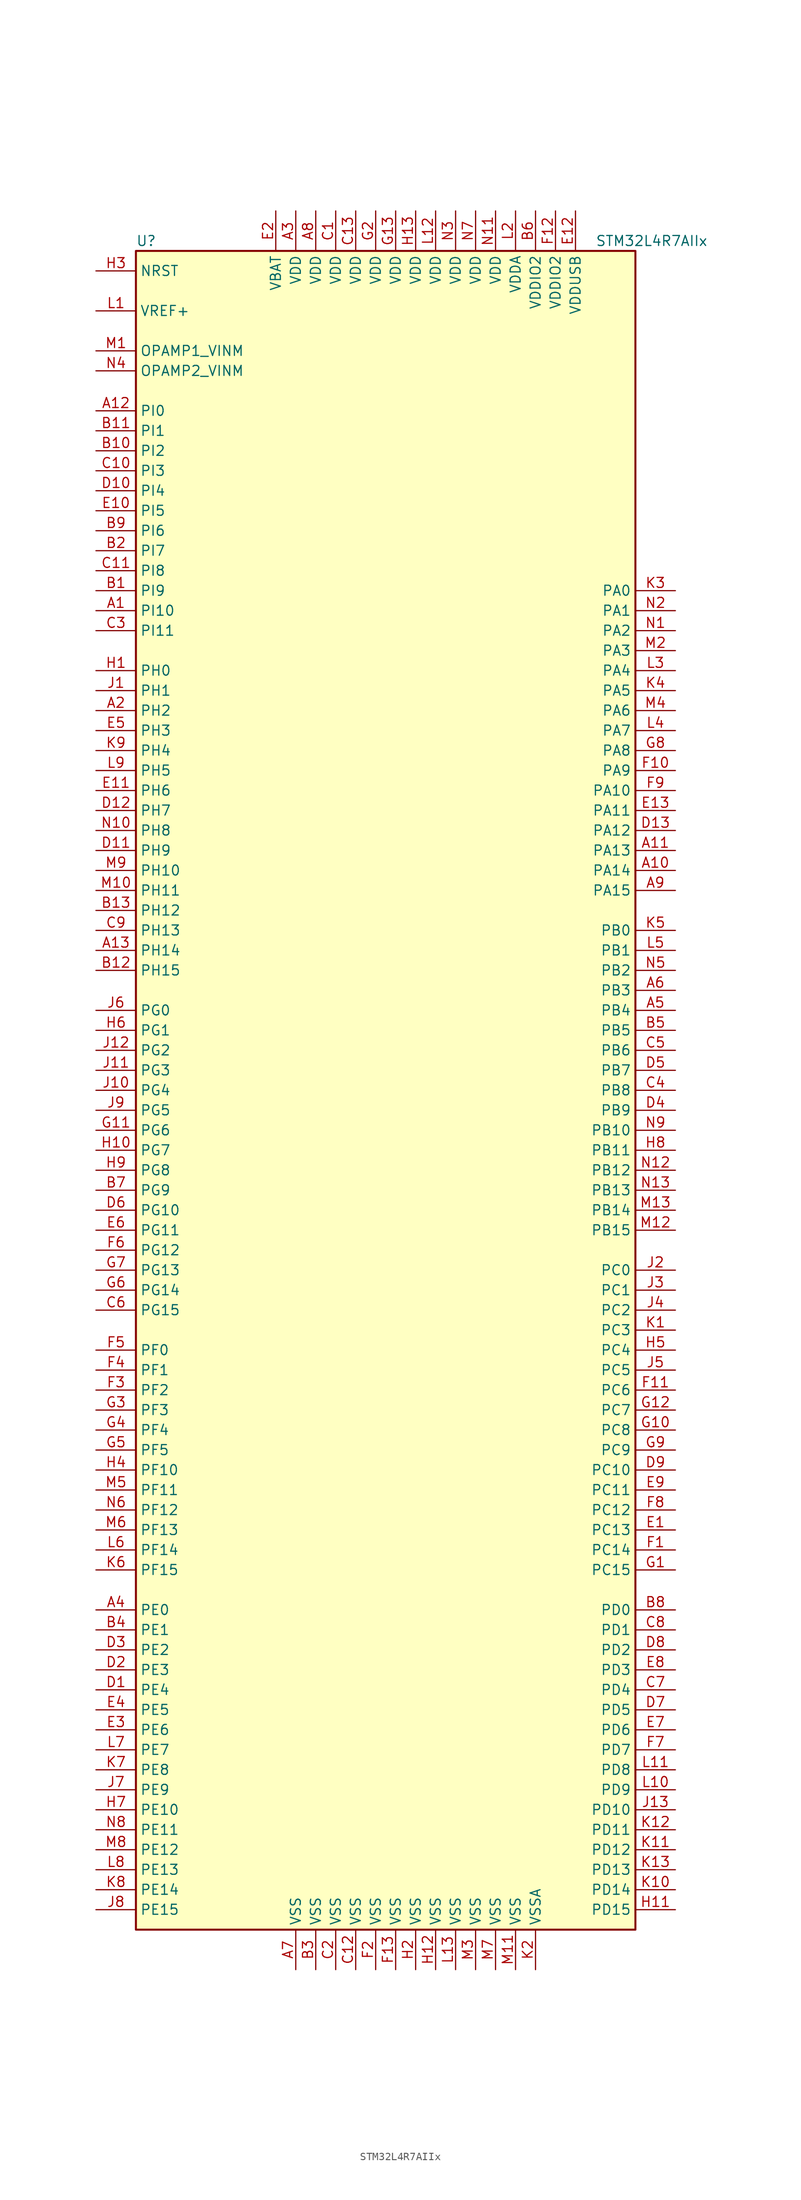
<source format=kicad_sym>
(kicad_symbol_lib
  (version 20201005)
  (generator kicad_symbol_editor)
  (symbol "STM32L4R7AIIx"
    (property "Reference" "U"
      (at -33.02 107.95 0)
      (effects (font (size 1.27 1.27)) (justify left)))
    (property "Value" "STM32L4R7AIIx"
      (at 25.4 107.95 0)
      (effects (font (size 1.27 1.27)) (justify left)))
    (symbol "STM32L4R7AIIx_0_1"
      (rectangle (start -33.02 -106.68) (end 30.48 106.68) (stroke (width 0.254)) (fill (type background))))
    (symbol "STM32L4R7AIIx_1_1"
      (pin bidirectional line (at -38.1 60.96 0) (length 5.08) (name "PI10" (effects (font (size 1.27 1.27)))) (number "A1" (effects (font (size 1.27 1.27)))))
      (pin bidirectional line (at 35.56 27.94 180) (length 5.08) (name "PA14" (effects (font (size 1.27 1.27)))) (number "A10" (effects (font (size 1.27 1.27)))))
      (pin bidirectional line (at 35.56 30.48 180) (length 5.08) (name "PA13" (effects (font (size 1.27 1.27)))) (number "A11" (effects (font (size 1.27 1.27)))))
      (pin bidirectional line (at -38.1 86.36 0) (length 5.08) (name "PI0" (effects (font (size 1.27 1.27)))) (number "A12" (effects (font (size 1.27 1.27)))))
      (pin bidirectional line (at -38.1 17.78 0) (length 5.08) (name "PH14" (effects (font (size 1.27 1.27)))) (number "A13" (effects (font (size 1.27 1.27)))))
      (pin bidirectional line (at -38.1 48.26 0) (length 5.08) (name "PH2" (effects (font (size 1.27 1.27)))) (number "A2" (effects (font (size 1.27 1.27)))))
      (pin power_in line (at -12.7 111.76 270) (length 5.08) (name "VDD" (effects (font (size 1.27 1.27)))) (number "A3" (effects (font (size 1.27 1.27)))))
      (pin bidirectional line (at -38.1 -66.04 0) (length 5.08) (name "PE0" (effects (font (size 1.27 1.27)))) (number "A4" (effects (font (size 1.27 1.27)))))
      (pin bidirectional line (at 35.56 10.16 180) (length 5.08) (name "PB4" (effects (font (size 1.27 1.27)))) (number "A5" (effects (font (size 1.27 1.27)))))
      (pin bidirectional line (at 35.56 12.7 180) (length 5.08) (name "PB3" (effects (font (size 1.27 1.27)))) (number "A6" (effects (font (size 1.27 1.27)))))
      (pin power_in line (at -12.7 -111.76 90) (length 5.08) (name "VSS" (effects (font (size 1.27 1.27)))) (number "A7" (effects (font (size 1.27 1.27)))))
      (pin power_in line (at -10.16 111.76 270) (length 5.08) (name "VDD" (effects (font (size 1.27 1.27)))) (number "A8" (effects (font (size 1.27 1.27)))))
      (pin bidirectional line (at 35.56 25.4 180) (length 5.08) (name "PA15" (effects (font (size 1.27 1.27)))) (number "A9" (effects (font (size 1.27 1.27)))))
      (pin bidirectional line (at -38.1 63.5 0) (length 5.08) (name "PI9" (effects (font (size 1.27 1.27)))) (number "B1" (effects (font (size 1.27 1.27)))))
      (pin bidirectional line (at -38.1 81.28 0) (length 5.08) (name "PI2" (effects (font (size 1.27 1.27)))) (number "B10" (effects (font (size 1.27 1.27)))))
      (pin bidirectional line (at -38.1 83.82 0) (length 5.08) (name "PI1" (effects (font (size 1.27 1.27)))) (number "B11" (effects (font (size 1.27 1.27)))))
      (pin bidirectional line (at -38.1 15.24 0) (length 5.08) (name "PH15" (effects (font (size 1.27 1.27)))) (number "B12" (effects (font (size 1.27 1.27)))))
      (pin bidirectional line (at -38.1 22.86 0) (length 5.08) (name "PH12" (effects (font (size 1.27 1.27)))) (number "B13" (effects (font (size 1.27 1.27)))))
      (pin bidirectional line (at -38.1 68.58 0) (length 5.08) (name "PI7" (effects (font (size 1.27 1.27)))) (number "B2" (effects (font (size 1.27 1.27)))))
      (pin power_in line (at -10.16 -111.76 90) (length 5.08) (name "VSS" (effects (font (size 1.27 1.27)))) (number "B3" (effects (font (size 1.27 1.27)))))
      (pin bidirectional line (at -38.1 -68.58 0) (length 5.08) (name "PE1" (effects (font (size 1.27 1.27)))) (number "B4" (effects (font (size 1.27 1.27)))))
      (pin bidirectional line (at 35.56 7.62 180) (length 5.08) (name "PB5" (effects (font (size 1.27 1.27)))) (number "B5" (effects (font (size 1.27 1.27)))))
      (pin power_in line (at 17.78 111.76 270) (length 5.08) (name "VDDIO2" (effects (font (size 1.27 1.27)))) (number "B6" (effects (font (size 1.27 1.27)))))
      (pin bidirectional line (at -38.1 -12.7 0) (length 5.08) (name "PG9" (effects (font (size 1.27 1.27)))) (number "B7" (effects (font (size 1.27 1.27)))))
      (pin bidirectional line (at 35.56 -66.04 180) (length 5.08) (name "PD0" (effects (font (size 1.27 1.27)))) (number "B8" (effects (font (size 1.27 1.27)))))
      (pin bidirectional line (at -38.1 71.12 0) (length 5.08) (name "PI6" (effects (font (size 1.27 1.27)))) (number "B9" (effects (font (size 1.27 1.27)))))
      (pin power_in line (at -7.62 111.76 270) (length 5.08) (name "VDD" (effects (font (size 1.27 1.27)))) (number "C1" (effects (font (size 1.27 1.27)))))
      (pin bidirectional line (at -38.1 78.74 0) (length 5.08) (name "PI3" (effects (font (size 1.27 1.27)))) (number "C10" (effects (font (size 1.27 1.27)))))
      (pin bidirectional line (at -38.1 66.04 0) (length 5.08) (name "PI8" (effects (font (size 1.27 1.27)))) (number "C11" (effects (font (size 1.27 1.27)))))
      (pin power_in line (at -5.08 -111.76 90) (length 5.08) (name "VSS" (effects (font (size 1.27 1.27)))) (number "C12" (effects (font (size 1.27 1.27)))))
      (pin power_in line (at -5.08 111.76 270) (length 5.08) (name "VDD" (effects (font (size 1.27 1.27)))) (number "C13" (effects (font (size 1.27 1.27)))))
      (pin power_in line (at -7.62 -111.76 90) (length 5.08) (name "VSS" (effects (font (size 1.27 1.27)))) (number "C2" (effects (font (size 1.27 1.27)))))
      (pin bidirectional line (at -38.1 58.42 0) (length 5.08) (name "PI11" (effects (font (size 1.27 1.27)))) (number "C3" (effects (font (size 1.27 1.27)))))
      (pin bidirectional line (at 35.56 0 180) (length 5.08) (name "PB8" (effects (font (size 1.27 1.27)))) (number "C4" (effects (font (size 1.27 1.27)))))
      (pin bidirectional line (at 35.56 5.08 180) (length 5.08) (name "PB6" (effects (font (size 1.27 1.27)))) (number "C5" (effects (font (size 1.27 1.27)))))
      (pin bidirectional line (at -38.1 -27.94 0) (length 5.08) (name "PG15" (effects (font (size 1.27 1.27)))) (number "C6" (effects (font (size 1.27 1.27)))))
      (pin bidirectional line (at 35.56 -76.2 180) (length 5.08) (name "PD4" (effects (font (size 1.27 1.27)))) (number "C7" (effects (font (size 1.27 1.27)))))
      (pin bidirectional line (at 35.56 -68.58 180) (length 5.08) (name "PD1" (effects (font (size 1.27 1.27)))) (number "C8" (effects (font (size 1.27 1.27)))))
      (pin bidirectional line (at -38.1 20.32 0) (length 5.08) (name "PH13" (effects (font (size 1.27 1.27)))) (number "C9" (effects (font (size 1.27 1.27)))))
      (pin bidirectional line (at -38.1 -76.2 0) (length 5.08) (name "PE4" (effects (font (size 1.27 1.27)))) (number "D1" (effects (font (size 1.27 1.27)))))
      (pin bidirectional line (at -38.1 76.2 0) (length 5.08) (name "PI4" (effects (font (size 1.27 1.27)))) (number "D10" (effects (font (size 1.27 1.27)))))
      (pin bidirectional line (at -38.1 30.48 0) (length 5.08) (name "PH9" (effects (font (size 1.27 1.27)))) (number "D11" (effects (font (size 1.27 1.27)))))
      (pin bidirectional line (at -38.1 35.56 0) (length 5.08) (name "PH7" (effects (font (size 1.27 1.27)))) (number "D12" (effects (font (size 1.27 1.27)))))
      (pin bidirectional line (at 35.56 33.02 180) (length 5.08) (name "PA12" (effects (font (size 1.27 1.27)))) (number "D13" (effects (font (size 1.27 1.27)))))
      (pin bidirectional line (at -38.1 -73.66 0) (length 5.08) (name "PE3" (effects (font (size 1.27 1.27)))) (number "D2" (effects (font (size 1.27 1.27)))))
      (pin bidirectional line (at -38.1 -71.12 0) (length 5.08) (name "PE2" (effects (font (size 1.27 1.27)))) (number "D3" (effects (font (size 1.27 1.27)))))
      (pin bidirectional line (at 35.56 -2.54 180) (length 5.08) (name "PB9" (effects (font (size 1.27 1.27)))) (number "D4" (effects (font (size 1.27 1.27)))))
      (pin bidirectional line (at 35.56 2.54 180) (length 5.08) (name "PB7" (effects (font (size 1.27 1.27)))) (number "D5" (effects (font (size 1.27 1.27)))))
      (pin bidirectional line (at -38.1 -15.24 0) (length 5.08) (name "PG10" (effects (font (size 1.27 1.27)))) (number "D6" (effects (font (size 1.27 1.27)))))
      (pin bidirectional line (at 35.56 -78.74 180) (length 5.08) (name "PD5" (effects (font (size 1.27 1.27)))) (number "D7" (effects (font (size 1.27 1.27)))))
      (pin bidirectional line (at 35.56 -71.12 180) (length 5.08) (name "PD2" (effects (font (size 1.27 1.27)))) (number "D8" (effects (font (size 1.27 1.27)))))
      (pin bidirectional line (at 35.56 -48.26 180) (length 5.08) (name "PC10" (effects (font (size 1.27 1.27)))) (number "D9" (effects (font (size 1.27 1.27)))))
      (pin bidirectional line (at 35.56 -55.88 180) (length 5.08) (name "PC13" (effects (font (size 1.27 1.27)))) (number "E1" (effects (font (size 1.27 1.27)))))
      (pin bidirectional line (at -38.1 73.66 0) (length 5.08) (name "PI5" (effects (font (size 1.27 1.27)))) (number "E10" (effects (font (size 1.27 1.27)))))
      (pin bidirectional line (at -38.1 38.1 0) (length 5.08) (name "PH6" (effects (font (size 1.27 1.27)))) (number "E11" (effects (font (size 1.27 1.27)))))
      (pin power_in line (at 22.86 111.76 270) (length 5.08) (name "VDDUSB" (effects (font (size 1.27 1.27)))) (number "E12" (effects (font (size 1.27 1.27)))))
      (pin bidirectional line (at 35.56 35.56 180) (length 5.08) (name "PA11" (effects (font (size 1.27 1.27)))) (number "E13" (effects (font (size 1.27 1.27)))))
      (pin power_in line (at -15.24 111.76 270) (length 5.08) (name "VBAT" (effects (font (size 1.27 1.27)))) (number "E2" (effects (font (size 1.27 1.27)))))
      (pin bidirectional line (at -38.1 -81.28 0) (length 5.08) (name "PE6" (effects (font (size 1.27 1.27)))) (number "E3" (effects (font (size 1.27 1.27)))))
      (pin bidirectional line (at -38.1 -78.74 0) (length 5.08) (name "PE5" (effects (font (size 1.27 1.27)))) (number "E4" (effects (font (size 1.27 1.27)))))
      (pin bidirectional line (at -38.1 45.72 0) (length 5.08) (name "PH3" (effects (font (size 1.27 1.27)))) (number "E5" (effects (font (size 1.27 1.27)))))
      (pin bidirectional line (at -38.1 -17.78 0) (length 5.08) (name "PG11" (effects (font (size 1.27 1.27)))) (number "E6" (effects (font (size 1.27 1.27)))))
      (pin bidirectional line (at 35.56 -81.28 180) (length 5.08) (name "PD6" (effects (font (size 1.27 1.27)))) (number "E7" (effects (font (size 1.27 1.27)))))
      (pin bidirectional line (at 35.56 -73.66 180) (length 5.08) (name "PD3" (effects (font (size 1.27 1.27)))) (number "E8" (effects (font (size 1.27 1.27)))))
      (pin bidirectional line (at 35.56 -50.8 180) (length 5.08) (name "PC11" (effects (font (size 1.27 1.27)))) (number "E9" (effects (font (size 1.27 1.27)))))
      (pin bidirectional line (at 35.56 -58.42 180) (length 5.08) (name "PC14" (effects (font (size 1.27 1.27)))) (number "F1" (effects (font (size 1.27 1.27)))))
      (pin bidirectional line (at 35.56 40.64 180) (length 5.08) (name "PA9" (effects (font (size 1.27 1.27)))) (number "F10" (effects (font (size 1.27 1.27)))))
      (pin bidirectional line (at 35.56 -38.1 180) (length 5.08) (name "PC6" (effects (font (size 1.27 1.27)))) (number "F11" (effects (font (size 1.27 1.27)))))
      (pin power_in line (at 20.32 111.76 270) (length 5.08) (name "VDDIO2" (effects (font (size 1.27 1.27)))) (number "F12" (effects (font (size 1.27 1.27)))))
      (pin power_in line (at 0 -111.76 90) (length 5.08) (name "VSS" (effects (font (size 1.27 1.27)))) (number "F13" (effects (font (size 1.27 1.27)))))
      (pin power_in line (at -2.54 -111.76 90) (length 5.08) (name "VSS" (effects (font (size 1.27 1.27)))) (number "F2" (effects (font (size 1.27 1.27)))))
      (pin bidirectional line (at -38.1 -38.1 0) (length 5.08) (name "PF2" (effects (font (size 1.27 1.27)))) (number "F3" (effects (font (size 1.27 1.27)))))
      (pin bidirectional line (at -38.1 -35.56 0) (length 5.08) (name "PF1" (effects (font (size 1.27 1.27)))) (number "F4" (effects (font (size 1.27 1.27)))))
      (pin bidirectional line (at -38.1 -33.02 0) (length 5.08) (name "PF0" (effects (font (size 1.27 1.27)))) (number "F5" (effects (font (size 1.27 1.27)))))
      (pin bidirectional line (at -38.1 -20.32 0) (length 5.08) (name "PG12" (effects (font (size 1.27 1.27)))) (number "F6" (effects (font (size 1.27 1.27)))))
      (pin bidirectional line (at 35.56 -83.82 180) (length 5.08) (name "PD7" (effects (font (size 1.27 1.27)))) (number "F7" (effects (font (size 1.27 1.27)))))
      (pin bidirectional line (at 35.56 -53.34 180) (length 5.08) (name "PC12" (effects (font (size 1.27 1.27)))) (number "F8" (effects (font (size 1.27 1.27)))))
      (pin bidirectional line (at 35.56 38.1 180) (length 5.08) (name "PA10" (effects (font (size 1.27 1.27)))) (number "F9" (effects (font (size 1.27 1.27)))))
      (pin bidirectional line (at 35.56 -60.96 180) (length 5.08) (name "PC15" (effects (font (size 1.27 1.27)))) (number "G1" (effects (font (size 1.27 1.27)))))
      (pin bidirectional line (at 35.56 -43.18 180) (length 5.08) (name "PC8" (effects (font (size 1.27 1.27)))) (number "G10" (effects (font (size 1.27 1.27)))))
      (pin bidirectional line (at -38.1 -5.08 0) (length 5.08) (name "PG6" (effects (font (size 1.27 1.27)))) (number "G11" (effects (font (size 1.27 1.27)))))
      (pin bidirectional line (at 35.56 -40.64 180) (length 5.08) (name "PC7" (effects (font (size 1.27 1.27)))) (number "G12" (effects (font (size 1.27 1.27)))))
      (pin power_in line (at 0 111.76 270) (length 5.08) (name "VDD" (effects (font (size 1.27 1.27)))) (number "G13" (effects (font (size 1.27 1.27)))))
      (pin power_in line (at -2.54 111.76 270) (length 5.08) (name "VDD" (effects (font (size 1.27 1.27)))) (number "G2" (effects (font (size 1.27 1.27)))))
      (pin bidirectional line (at -38.1 -40.64 0) (length 5.08) (name "PF3" (effects (font (size 1.27 1.27)))) (number "G3" (effects (font (size 1.27 1.27)))))
      (pin bidirectional line (at -38.1 -43.18 0) (length 5.08) (name "PF4" (effects (font (size 1.27 1.27)))) (number "G4" (effects (font (size 1.27 1.27)))))
      (pin bidirectional line (at -38.1 -45.72 0) (length 5.08) (name "PF5" (effects (font (size 1.27 1.27)))) (number "G5" (effects (font (size 1.27 1.27)))))
      (pin bidirectional line (at -38.1 -25.4 0) (length 5.08) (name "PG14" (effects (font (size 1.27 1.27)))) (number "G6" (effects (font (size 1.27 1.27)))))
      (pin bidirectional line (at -38.1 -22.86 0) (length 5.08) (name "PG13" (effects (font (size 1.27 1.27)))) (number "G7" (effects (font (size 1.27 1.27)))))
      (pin bidirectional line (at 35.56 43.18 180) (length 5.08) (name "PA8" (effects (font (size 1.27 1.27)))) (number "G8" (effects (font (size 1.27 1.27)))))
      (pin bidirectional line (at 35.56 -45.72 180) (length 5.08) (name "PC9" (effects (font (size 1.27 1.27)))) (number "G9" (effects (font (size 1.27 1.27)))))
      (pin input line (at -38.1 53.34 0) (length 5.08) (name "PH0" (effects (font (size 1.27 1.27)))) (number "H1" (effects (font (size 1.27 1.27)))))
      (pin bidirectional line (at -38.1 -7.62 0) (length 5.08) (name "PG7" (effects (font (size 1.27 1.27)))) (number "H10" (effects (font (size 1.27 1.27)))))
      (pin bidirectional line (at 35.56 -104.14 180) (length 5.08) (name "PD15" (effects (font (size 1.27 1.27)))) (number "H11" (effects (font (size 1.27 1.27)))))
      (pin power_in line (at 5.08 -111.76 90) (length 5.08) (name "VSS" (effects (font (size 1.27 1.27)))) (number "H12" (effects (font (size 1.27 1.27)))))
      (pin power_in line (at 2.54 111.76 270) (length 5.08) (name "VDD" (effects (font (size 1.27 1.27)))) (number "H13" (effects (font (size 1.27 1.27)))))
      (pin power_in line (at 2.54 -111.76 90) (length 5.08) (name "VSS" (effects (font (size 1.27 1.27)))) (number "H2" (effects (font (size 1.27 1.27)))))
      (pin input line (at -38.1 104.14 0) (length 5.08) (name "NRST" (effects (font (size 1.27 1.27)))) (number "H3" (effects (font (size 1.27 1.27)))))
      (pin bidirectional line (at -38.1 -48.26 0) (length 5.08) (name "PF10" (effects (font (size 1.27 1.27)))) (number "H4" (effects (font (size 1.27 1.27)))))
      (pin bidirectional line (at 35.56 -33.02 180) (length 5.08) (name "PC4" (effects (font (size 1.27 1.27)))) (number "H5" (effects (font (size 1.27 1.27)))))
      (pin bidirectional line (at -38.1 7.62 0) (length 5.08) (name "PG1" (effects (font (size 1.27 1.27)))) (number "H6" (effects (font (size 1.27 1.27)))))
      (pin bidirectional line (at -38.1 -91.44 0) (length 5.08) (name "PE10" (effects (font (size 1.27 1.27)))) (number "H7" (effects (font (size 1.27 1.27)))))
      (pin bidirectional line (at 35.56 -7.62 180) (length 5.08) (name "PB11" (effects (font (size 1.27 1.27)))) (number "H8" (effects (font (size 1.27 1.27)))))
      (pin bidirectional line (at -38.1 -10.16 0) (length 5.08) (name "PG8" (effects (font (size 1.27 1.27)))) (number "H9" (effects (font (size 1.27 1.27)))))
      (pin input line (at -38.1 50.8 0) (length 5.08) (name "PH1" (effects (font (size 1.27 1.27)))) (number "J1" (effects (font (size 1.27 1.27)))))
      (pin bidirectional line (at -38.1 0 0) (length 5.08) (name "PG4" (effects (font (size 1.27 1.27)))) (number "J10" (effects (font (size 1.27 1.27)))))
      (pin bidirectional line (at -38.1 2.54 0) (length 5.08) (name "PG3" (effects (font (size 1.27 1.27)))) (number "J11" (effects (font (size 1.27 1.27)))))
      (pin bidirectional line (at -38.1 5.08 0) (length 5.08) (name "PG2" (effects (font (size 1.27 1.27)))) (number "J12" (effects (font (size 1.27 1.27)))))
      (pin bidirectional line (at 35.56 -91.44 180) (length 5.08) (name "PD10" (effects (font (size 1.27 1.27)))) (number "J13" (effects (font (size 1.27 1.27)))))
      (pin bidirectional line (at 35.56 -22.86 180) (length 5.08) (name "PC0" (effects (font (size 1.27 1.27)))) (number "J2" (effects (font (size 1.27 1.27)))))
      (pin bidirectional line (at 35.56 -25.4 180) (length 5.08) (name "PC1" (effects (font (size 1.27 1.27)))) (number "J3" (effects (font (size 1.27 1.27)))))
      (pin bidirectional line (at 35.56 -27.94 180) (length 5.08) (name "PC2" (effects (font (size 1.27 1.27)))) (number "J4" (effects (font (size 1.27 1.27)))))
      (pin bidirectional line (at 35.56 -35.56 180) (length 5.08) (name "PC5" (effects (font (size 1.27 1.27)))) (number "J5" (effects (font (size 1.27 1.27)))))
      (pin bidirectional line (at -38.1 10.16 0) (length 5.08) (name "PG0" (effects (font (size 1.27 1.27)))) (number "J6" (effects (font (size 1.27 1.27)))))
      (pin bidirectional line (at -38.1 -88.9 0) (length 5.08) (name "PE9" (effects (font (size 1.27 1.27)))) (number "J7" (effects (font (size 1.27 1.27)))))
      (pin bidirectional line (at -38.1 -104.14 0) (length 5.08) (name "PE15" (effects (font (size 1.27 1.27)))) (number "J8" (effects (font (size 1.27 1.27)))))
      (pin bidirectional line (at -38.1 -2.54 0) (length 5.08) (name "PG5" (effects (font (size 1.27 1.27)))) (number "J9" (effects (font (size 1.27 1.27)))))
      (pin bidirectional line (at 35.56 -30.48 180) (length 5.08) (name "PC3" (effects (font (size 1.27 1.27)))) (number "K1" (effects (font (size 1.27 1.27)))))
      (pin bidirectional line (at 35.56 -101.6 180) (length 5.08) (name "PD14" (effects (font (size 1.27 1.27)))) (number "K10" (effects (font (size 1.27 1.27)))))
      (pin bidirectional line (at 35.56 -96.52 180) (length 5.08) (name "PD12" (effects (font (size 1.27 1.27)))) (number "K11" (effects (font (size 1.27 1.27)))))
      (pin bidirectional line (at 35.56 -93.98 180) (length 5.08) (name "PD11" (effects (font (size 1.27 1.27)))) (number "K12" (effects (font (size 1.27 1.27)))))
      (pin bidirectional line (at 35.56 -99.06 180) (length 5.08) (name "PD13" (effects (font (size 1.27 1.27)))) (number "K13" (effects (font (size 1.27 1.27)))))
      (pin power_in line (at 17.78 -111.76 90) (length 5.08) (name "VSSA" (effects (font (size 1.27 1.27)))) (number "K2" (effects (font (size 1.27 1.27)))))
      (pin bidirectional line (at 35.56 63.5 180) (length 5.08) (name "PA0" (effects (font (size 1.27 1.27)))) (number "K3" (effects (font (size 1.27 1.27)))))
      (pin bidirectional line (at 35.56 50.8 180) (length 5.08) (name "PA5" (effects (font (size 1.27 1.27)))) (number "K4" (effects (font (size 1.27 1.27)))))
      (pin bidirectional line (at 35.56 20.32 180) (length 5.08) (name "PB0" (effects (font (size 1.27 1.27)))) (number "K5" (effects (font (size 1.27 1.27)))))
      (pin bidirectional line (at -38.1 -60.96 0) (length 5.08) (name "PF15" (effects (font (size 1.27 1.27)))) (number "K6" (effects (font (size 1.27 1.27)))))
      (pin bidirectional line (at -38.1 -86.36 0) (length 5.08) (name "PE8" (effects (font (size 1.27 1.27)))) (number "K7" (effects (font (size 1.27 1.27)))))
      (pin bidirectional line (at -38.1 -101.6 0) (length 5.08) (name "PE14" (effects (font (size 1.27 1.27)))) (number "K8" (effects (font (size 1.27 1.27)))))
      (pin bidirectional line (at -38.1 43.18 0) (length 5.08) (name "PH4" (effects (font (size 1.27 1.27)))) (number "K9" (effects (font (size 1.27 1.27)))))
      (pin bidirectional line (at -38.1 99.06 0) (length 5.08) (name "VREF+" (effects (font (size 1.27 1.27)))) (number "L1" (effects (font (size 1.27 1.27)))))
      (pin bidirectional line (at 35.56 -88.9 180) (length 5.08) (name "PD9" (effects (font (size 1.27 1.27)))) (number "L10" (effects (font (size 1.27 1.27)))))
      (pin bidirectional line (at 35.56 -86.36 180) (length 5.08) (name "PD8" (effects (font (size 1.27 1.27)))) (number "L11" (effects (font (size 1.27 1.27)))))
      (pin power_in line (at 5.08 111.76 270) (length 5.08) (name "VDD" (effects (font (size 1.27 1.27)))) (number "L12" (effects (font (size 1.27 1.27)))))
      (pin power_in line (at 7.62 -111.76 90) (length 5.08) (name "VSS" (effects (font (size 1.27 1.27)))) (number "L13" (effects (font (size 1.27 1.27)))))
      (pin power_in line (at 15.24 111.76 270) (length 5.08) (name "VDDA" (effects (font (size 1.27 1.27)))) (number "L2" (effects (font (size 1.27 1.27)))))
      (pin bidirectional line (at 35.56 53.34 180) (length 5.08) (name "PA4" (effects (font (size 1.27 1.27)))) (number "L3" (effects (font (size 1.27 1.27)))))
      (pin bidirectional line (at 35.56 45.72 180) (length 5.08) (name "PA7" (effects (font (size 1.27 1.27)))) (number "L4" (effects (font (size 1.27 1.27)))))
      (pin bidirectional line (at 35.56 17.78 180) (length 5.08) (name "PB1" (effects (font (size 1.27 1.27)))) (number "L5" (effects (font (size 1.27 1.27)))))
      (pin bidirectional line (at -38.1 -58.42 0) (length 5.08) (name "PF14" (effects (font (size 1.27 1.27)))) (number "L6" (effects (font (size 1.27 1.27)))))
      (pin bidirectional line (at -38.1 -83.82 0) (length 5.08) (name "PE7" (effects (font (size 1.27 1.27)))) (number "L7" (effects (font (size 1.27 1.27)))))
      (pin bidirectional line (at -38.1 -99.06 0) (length 5.08) (name "PE13" (effects (font (size 1.27 1.27)))) (number "L8" (effects (font (size 1.27 1.27)))))
      (pin bidirectional line (at -38.1 40.64 0) (length 5.08) (name "PH5" (effects (font (size 1.27 1.27)))) (number "L9" (effects (font (size 1.27 1.27)))))
      (pin bidirectional line (at -38.1 93.98 0) (length 5.08) (name "OPAMP1_VINM" (effects (font (size 1.27 1.27)))) (number "M1" (effects (font (size 1.27 1.27)))))
      (pin bidirectional line (at -38.1 25.4 0) (length 5.08) (name "PH11" (effects (font (size 1.27 1.27)))) (number "M10" (effects (font (size 1.27 1.27)))))
      (pin power_in line (at 15.24 -111.76 90) (length 5.08) (name "VSS" (effects (font (size 1.27 1.27)))) (number "M11" (effects (font (size 1.27 1.27)))))
      (pin bidirectional line (at 35.56 -17.78 180) (length 5.08) (name "PB15" (effects (font (size 1.27 1.27)))) (number "M12" (effects (font (size 1.27 1.27)))))
      (pin bidirectional line (at 35.56 -15.24 180) (length 5.08) (name "PB14" (effects (font (size 1.27 1.27)))) (number "M13" (effects (font (size 1.27 1.27)))))
      (pin bidirectional line (at 35.56 55.88 180) (length 5.08) (name "PA3" (effects (font (size 1.27 1.27)))) (number "M2" (effects (font (size 1.27 1.27)))))
      (pin power_in line (at 10.16 -111.76 90) (length 5.08) (name "VSS" (effects (font (size 1.27 1.27)))) (number "M3" (effects (font (size 1.27 1.27)))))
      (pin bidirectional line (at 35.56 48.26 180) (length 5.08) (name "PA6" (effects (font (size 1.27 1.27)))) (number "M4" (effects (font (size 1.27 1.27)))))
      (pin bidirectional line (at -38.1 -50.8 0) (length 5.08) (name "PF11" (effects (font (size 1.27 1.27)))) (number "M5" (effects (font (size 1.27 1.27)))))
      (pin bidirectional line (at -38.1 -55.88 0) (length 5.08) (name "PF13" (effects (font (size 1.27 1.27)))) (number "M6" (effects (font (size 1.27 1.27)))))
      (pin power_in line (at 12.7 -111.76 90) (length 5.08) (name "VSS" (effects (font (size 1.27 1.27)))) (number "M7" (effects (font (size 1.27 1.27)))))
      (pin bidirectional line (at -38.1 -96.52 0) (length 5.08) (name "PE12" (effects (font (size 1.27 1.27)))) (number "M8" (effects (font (size 1.27 1.27)))))
      (pin bidirectional line (at -38.1 27.94 0) (length 5.08) (name "PH10" (effects (font (size 1.27 1.27)))) (number "M9" (effects (font (size 1.27 1.27)))))
      (pin bidirectional line (at 35.56 58.42 180) (length 5.08) (name "PA2" (effects (font (size 1.27 1.27)))) (number "N1" (effects (font (size 1.27 1.27)))))
      (pin bidirectional line (at -38.1 33.02 0) (length 5.08) (name "PH8" (effects (font (size 1.27 1.27)))) (number "N10" (effects (font (size 1.27 1.27)))))
      (pin power_in line (at 12.7 111.76 270) (length 5.08) (name "VDD" (effects (font (size 1.27 1.27)))) (number "N11" (effects (font (size 1.27 1.27)))))
      (pin bidirectional line (at 35.56 -10.16 180) (length 5.08) (name "PB12" (effects (font (size 1.27 1.27)))) (number "N12" (effects (font (size 1.27 1.27)))))
      (pin bidirectional line (at 35.56 -12.7 180) (length 5.08) (name "PB13" (effects (font (size 1.27 1.27)))) (number "N13" (effects (font (size 1.27 1.27)))))
      (pin bidirectional line (at 35.56 60.96 180) (length 5.08) (name "PA1" (effects (font (size 1.27 1.27)))) (number "N2" (effects (font (size 1.27 1.27)))))
      (pin power_in line (at 7.62 111.76 270) (length 5.08) (name "VDD" (effects (font (size 1.27 1.27)))) (number "N3" (effects (font (size 1.27 1.27)))))
      (pin bidirectional line (at -38.1 91.44 0) (length 5.08) (name "OPAMP2_VINM" (effects (font (size 1.27 1.27)))) (number "N4" (effects (font (size 1.27 1.27)))))
      (pin bidirectional line (at 35.56 15.24 180) (length 5.08) (name "PB2" (effects (font (size 1.27 1.27)))) (number "N5" (effects (font (size 1.27 1.27)))))
      (pin bidirectional line (at -38.1 -53.34 0) (length 5.08) (name "PF12" (effects (font (size 1.27 1.27)))) (number "N6" (effects (font (size 1.27 1.27)))))
      (pin power_in line (at 10.16 111.76 270) (length 5.08) (name "VDD" (effects (font (size 1.27 1.27)))) (number "N7" (effects (font (size 1.27 1.27)))))
      (pin bidirectional line (at -38.1 -93.98 0) (length 5.08) (name "PE11" (effects (font (size 1.27 1.27)))) (number "N8" (effects (font (size 1.27 1.27)))))
      (pin bidirectional line (at 35.56 -5.08 180) (length 5.08) (name "PB10" (effects (font (size 1.27 1.27)))) (number "N9" (effects (font (size 1.27 1.27))))))))
</source>
